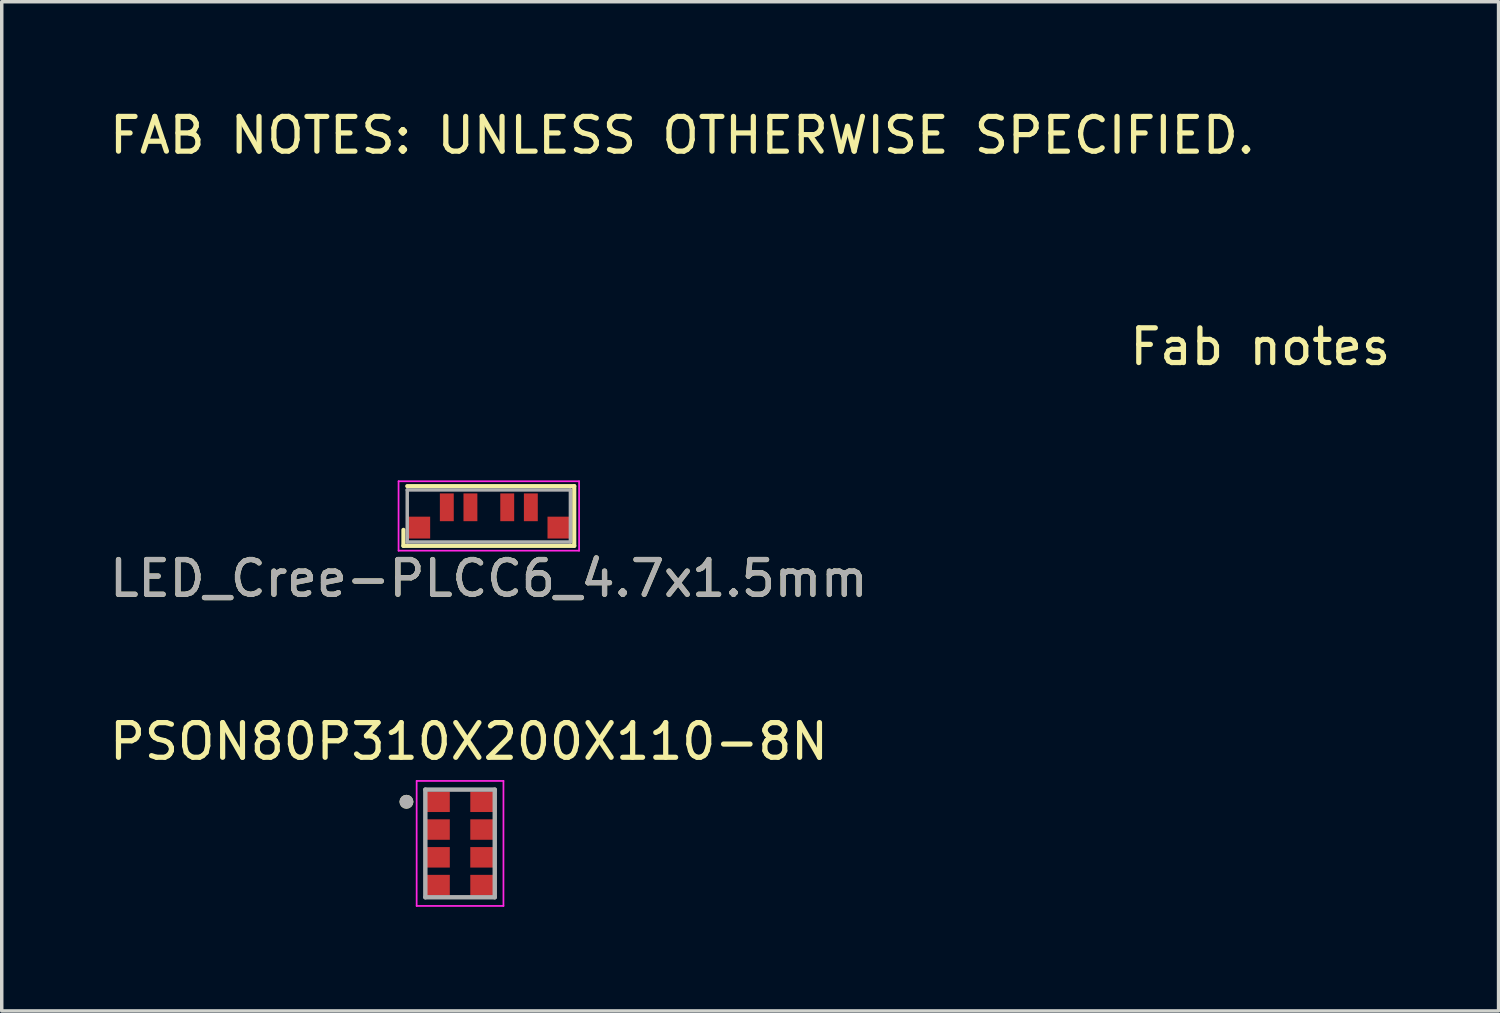
<source format=kicad_pcb>
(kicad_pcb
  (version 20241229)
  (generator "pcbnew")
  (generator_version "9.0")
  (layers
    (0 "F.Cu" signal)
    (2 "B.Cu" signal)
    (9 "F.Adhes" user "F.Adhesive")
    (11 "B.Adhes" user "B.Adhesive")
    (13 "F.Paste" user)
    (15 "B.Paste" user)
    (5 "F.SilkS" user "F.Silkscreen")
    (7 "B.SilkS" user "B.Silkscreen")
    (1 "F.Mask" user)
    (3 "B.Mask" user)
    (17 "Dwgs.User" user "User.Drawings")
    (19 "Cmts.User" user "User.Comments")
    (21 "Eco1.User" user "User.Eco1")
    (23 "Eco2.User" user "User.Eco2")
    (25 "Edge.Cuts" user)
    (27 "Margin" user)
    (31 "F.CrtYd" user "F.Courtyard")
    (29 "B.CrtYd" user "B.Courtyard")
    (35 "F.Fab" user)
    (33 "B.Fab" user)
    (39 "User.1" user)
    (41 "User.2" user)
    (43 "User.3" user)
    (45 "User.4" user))
  (footprint "Fab notes"
    (layer "F.Cu")
    (at 33.251 6.438)
    (property "Reference" "Fab notes" (at 0 0.5 0) (layer "F.SilkS") (effects (font (size 1 1) (thickness 0.15))))
    (attr through_hole)
    (fp_text user "FAB NOTES: UNLESS OTHERWISE SPECIFIED." (at -16.65 -5.59 0) (layer "F.SilkS") (effects (font (size 1 1) (thickness 0.15)))))
  (footprint "LED_Cree-PLCC6_4.7x1.5mm"
    (layer "F.Cu")
    (at 11.03 11.812)
    (property "Reference" "LED_Cree-PLCC6_4.7x1.5mm" (at 0 1.8 0) (layer "F.SilkS") (effects (font (size 1 1) (thickness 0.15))))
    (attr smd)
    (fp_line (start -2.46 0.4) (end -2.46 0.86) (stroke (width 0.12) (type solid)) (layer "F.SilkS"))
    (fp_line (start -2.46 0.86) (end 2.46 0.86) (stroke (width 0.12) (type solid)) (layer "F.SilkS"))
    (fp_line (start -2.35 -0.86) (end 2.46 -0.86) (stroke (width 0.12) (type solid)) (layer "F.SilkS"))
    (fp_line (start 2.46 -0.86) (end 2.46 0.86) (stroke (width 0.12) (type solid)) (layer "F.SilkS"))
    (fp_line (start -2.6 -1) (end -2.6 1) (stroke (width 0.05) (type solid)) (layer "F.CrtYd"))
    (fp_line (start -2.6 -1) (end 2.6 -1) (stroke (width 0.05) (type solid)) (layer "F.CrtYd"))
    (fp_line (start 2.6 -1) (end 2.6 1) (stroke (width 0.05) (type solid)) (layer "F.CrtYd"))
    (fp_line (start 2.6 1) (end -2.6 1) (stroke (width 0.05) (type solid)) (layer "F.CrtYd"))
    (fp_line (start -2.35 -0.75) (end -2.35 0.75) (stroke (width 0.1) (type solid)) (layer "F.Fab"))
    (fp_line (start -2.35 -0.75) (end 2.35 -0.75) (stroke (width 0.1) (type solid)) (layer "F.Fab"))
    (fp_line (start -2.35 0.75) (end 2.35 0.75) (stroke (width 0.1) (type solid)) (layer "F.Fab"))
    (fp_line (start 2.35 -0.75) (end 2.35 0.75) (stroke (width 0.1) (type solid)) (layer "F.Fab"))
    (fp_text user "${REFERENCE}" (at 0 1.8 0) (layer "F.Fab") (effects (font (size 1 1) (thickness 0.15))))
    (pad "1" smd rect (at -2.02 0.335) (size 0.66 0.63) (layers "F.Cu" "F.Mask" "F.Paste"))
    (pad "2" smd rect (at -1.21 -0.25) (size 0.4 0.8) (layers "F.Cu" "F.Mask" "F.Paste"))
    (pad "3" smd rect (at -0.53 -0.25) (size 0.4 0.8) (layers "F.Cu" "F.Mask" "F.Paste"))
    (pad "4" smd rect (at 0.53 -0.25) (size 0.4 0.8) (layers "F.Cu" "F.Mask" "F.Paste"))
    (pad "5" smd rect (at 1.21 -0.25) (size 0.4 0.8) (layers "F.Cu" "F.Mask" "F.Paste"))
    (pad "6" smd rect (at 2.02 0.335) (size 0.66 0.63) (layers "F.Cu" "F.Mask" "F.Paste")))
  (footprint "PSON80P310X200X110-8N"
    (layer "F.Cu")
    (at 10.201 21.244)
    (property "Reference" "PSON80P310X200X110-8N" (at 0.257 -2.936 0) (layer "F.SilkS") (effects (font (size 1 1) (thickness 0.15))))
    (attr through_hole)
    (fp_circle (center -1.544 -1.2) (end -1.444 -1.2) (stroke (width 0.2) (type solid)) (fill no) (layer "F.SilkS"))
    (fp_line (start -1.25 -1.8) (end -1.25 1.8) (stroke (width 0.05) (type solid)) (layer "F.CrtYd"))
    (fp_line (start -1.25 1.8) (end 1.25 1.8) (stroke (width 0.05) (type solid)) (layer "F.CrtYd"))
    (fp_line (start 1.25 -1.8) (end -1.25 -1.8) (stroke (width 0.05) (type solid)) (layer "F.CrtYd"))
    (fp_line (start 1.25 1.8) (end 1.25 -1.8) (stroke (width 0.05) (type solid)) (layer "F.CrtYd"))
    (fp_line (start -1 -1.55) (end 1 -1.55) (stroke (width 0.127) (type solid)) (layer "F.Fab"))
    (fp_line (start -1 1.55) (end -1 -1.55) (stroke (width 0.127) (type solid)) (layer "F.Fab"))
    (fp_line (start 1 -1.55) (end 1 1.55) (stroke (width 0.127) (type solid)) (layer "F.Fab"))
    (fp_line (start 1 1.55) (end -1 1.55) (stroke (width 0.127) (type solid)) (layer "F.Fab"))
    (fp_circle (center -1.544 -1.2) (end -1.444 -1.2) (stroke (width 0.2) (type solid)) (fill no) (layer "F.Fab"))
    (pad "1" smd rect (at -0.64 -1.2) (size 0.69 0.59) (layers "F.Cu" "F.Mask" "F.Paste"))
    (pad "2" smd rect (at -0.64 -0.4) (size 0.69 0.59) (layers "F.Cu" "F.Mask" "F.Paste"))
    (pad "3" smd rect (at -0.64 0.4) (size 0.69 0.59) (layers "F.Cu" "F.Mask" "F.Paste"))
    (pad "4" smd rect (at -0.64 1.2) (size 0.69 0.59) (layers "F.Cu" "F.Mask" "F.Paste"))
    (pad "5" smd rect (at 0.64 1.2) (size 0.69 0.59) (layers "F.Cu" "F.Mask" "F.Paste"))
    (pad "6" smd rect (at 0.64 0.4) (size 0.69 0.59) (layers "F.Cu" "F.Mask" "F.Paste"))
    (pad "7" smd rect (at 0.64 -0.4) (size 0.69 0.59) (layers "F.Cu" "F.Mask" "F.Paste"))
    (pad "8" smd rect (at 0.64 -1.2) (size 0.69 0.59) (layers "F.Cu" "F.Mask" "F.Paste")))
  (gr_rect
    (start -3 -3)
    (end 40.114 26.069)
    (stroke (width 0.1) (type default))
    (fill no)
    (layer "Edge.Cuts")))
</source>
